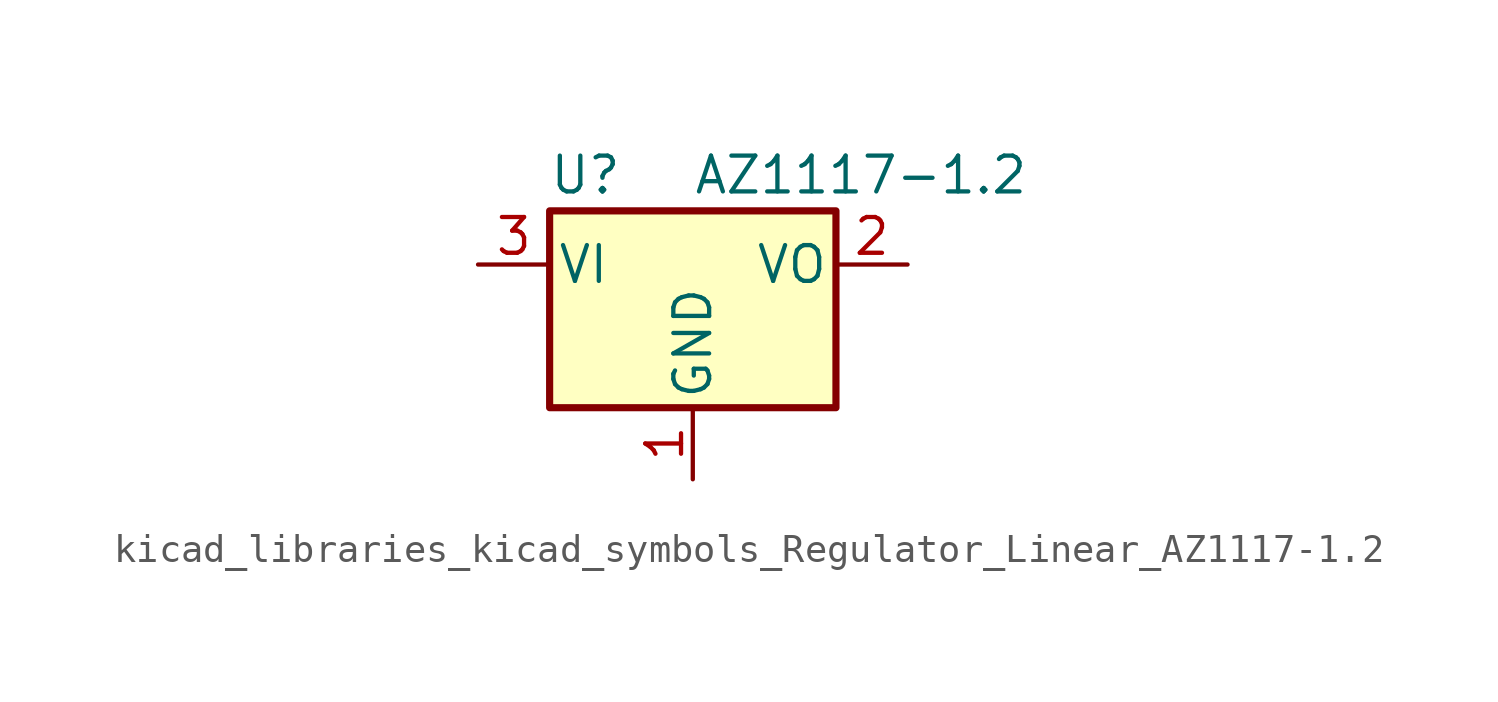
<source format=kicad_sym>
(kicad_symbol_lib
  (version 20220914)
  (generator kicad_symbol_editor)
  (symbol "kicad_libraries_kicad_symbols_Regulator_Linear_AZ1117-1.2"
    (pin_names
      (offset 0.254))
    (property "Reference" "U"
      (at -3.81 3.175 0)
      (effects (font (size 1.27 1.27))))
    (property "Value" "AZ1117-1.2"
      (at 0 3.175 0)
      (effects (font (size 1.27 1.27)) (justify left)))
    (symbol "kicad_libraries_kicad_symbols_Regulator_Linear_AZ1117-1.2_0_1"
      (rectangle (start -5.08 1.905) (end 5.08 -5.08) (stroke (width 0.254) (type default)) (fill (type background))))
    (symbol "kicad_libraries_kicad_symbols_Regulator_Linear_AZ1117-1.2_1_1"
      (pin power_in line (at 0 -7.62 90) (length 2.54) (name "GND" (effects (font (size 1.27 1.27)))) (number "1" (effects (font (size 1.27 1.27)))))
      (pin power_out line (at 7.62 0 180) (length 2.54) (name "VO" (effects (font (size 1.27 1.27)))) (number "2" (effects (font (size 1.27 1.27)))))
      (pin power_in line (at -7.62 0 0) (length 2.54) (name "VI" (effects (font (size 1.27 1.27)))) (number "3" (effects (font (size 1.27 1.27))))))))
</source>
